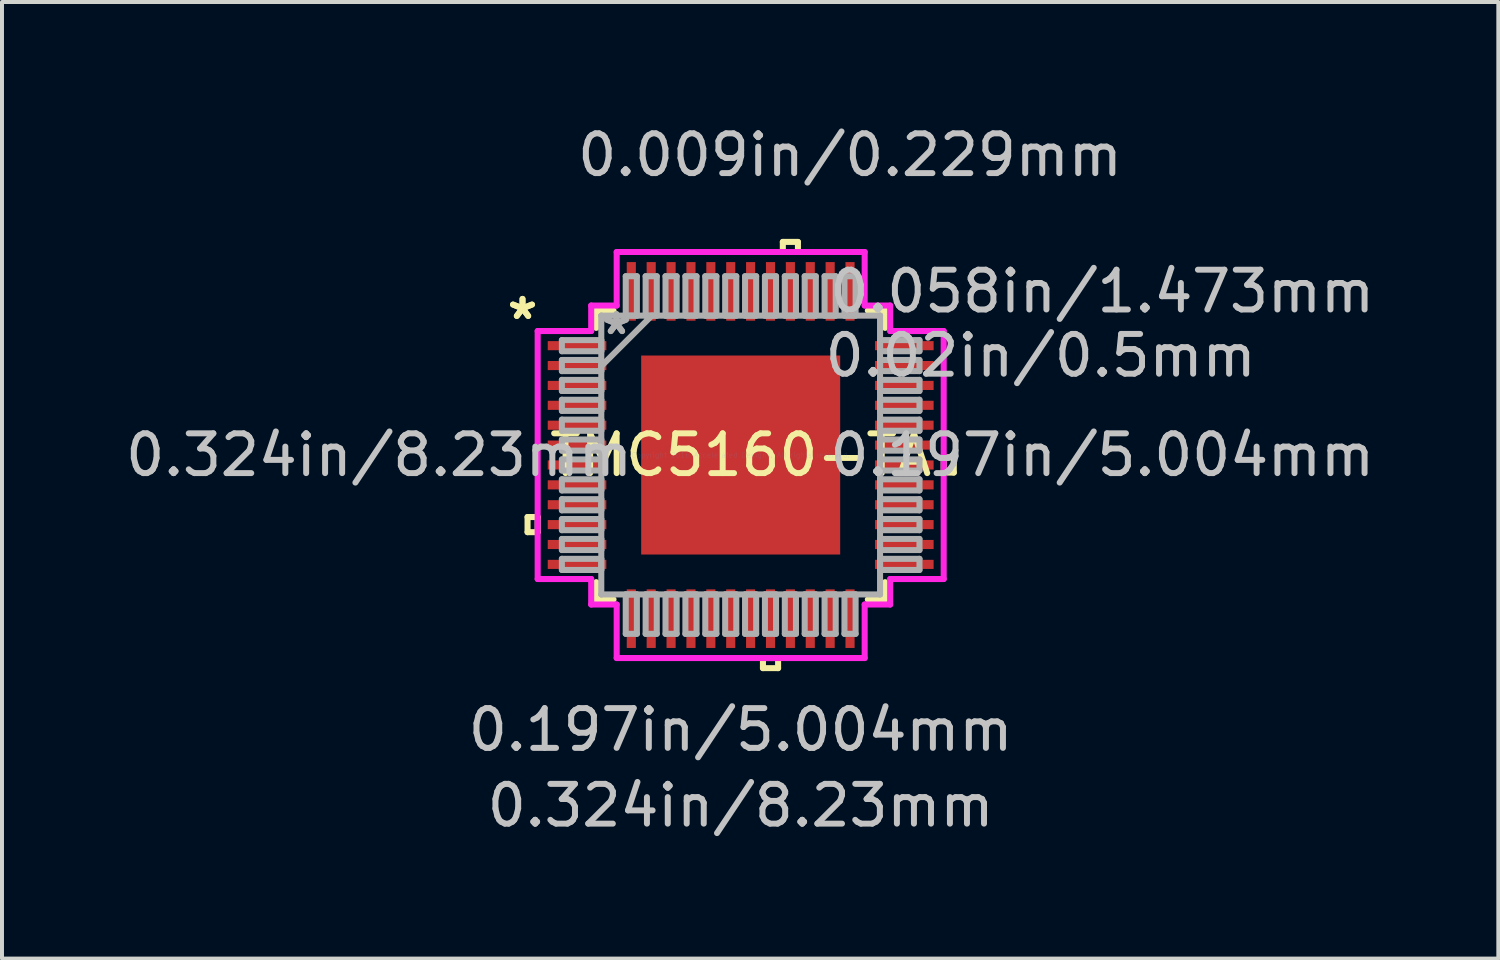
<source format=kicad_pcb>
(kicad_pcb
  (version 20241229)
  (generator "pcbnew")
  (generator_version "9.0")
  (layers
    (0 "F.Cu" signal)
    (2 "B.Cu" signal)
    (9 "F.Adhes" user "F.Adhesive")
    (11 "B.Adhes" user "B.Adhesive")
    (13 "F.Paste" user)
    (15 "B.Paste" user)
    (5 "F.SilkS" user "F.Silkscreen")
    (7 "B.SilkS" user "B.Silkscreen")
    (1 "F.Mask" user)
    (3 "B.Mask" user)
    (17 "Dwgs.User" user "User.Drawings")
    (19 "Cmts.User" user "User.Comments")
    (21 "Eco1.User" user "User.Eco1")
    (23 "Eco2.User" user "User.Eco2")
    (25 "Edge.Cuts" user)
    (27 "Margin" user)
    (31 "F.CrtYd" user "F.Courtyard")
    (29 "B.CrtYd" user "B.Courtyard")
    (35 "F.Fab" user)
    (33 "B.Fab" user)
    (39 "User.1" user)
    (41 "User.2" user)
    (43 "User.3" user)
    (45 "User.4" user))
  (footprint "TMC5160-TA"
    (layer "F.Cu")
    (at 15.575 8.392)
    (property "Reference" "TMC5160-TA" (at 0 0 0) (layer "F.SilkS") (effects (font (size 1 1) (thickness 0.15))))
    (attr through_hole)
    (fp_line (start -5.359 1.559) (end -5.359 1.94) (stroke (width 0.152) (type solid)) (layer "F.SilkS"))
    (fp_line (start -5.359 1.94) (end -5.105 1.94) (stroke (width 0.152) (type solid)) (layer "F.SilkS"))
    (fp_line (start -5.105 1.559) (end -5.359 1.559) (stroke (width 0.152) (type solid)) (layer "F.SilkS"))
    (fp_line (start -5.105 1.94) (end -5.105 1.559) (stroke (width 0.152) (type solid)) (layer "F.SilkS"))
    (fp_line (start -3.632 -3.632) (end -3.632 -3.197) (stroke (width 0.152) (type solid)) (layer "F.SilkS"))
    (fp_line (start -3.632 3.197) (end -3.632 3.632) (stroke (width 0.152) (type solid)) (layer "F.SilkS"))
    (fp_line (start -3.632 3.632) (end -3.197 3.632) (stroke (width 0.152) (type solid)) (layer "F.SilkS"))
    (fp_line (start -3.197 -3.632) (end -3.632 -3.632) (stroke (width 0.152) (type solid)) (layer "F.SilkS"))
    (fp_line (start 0.56 5.105) (end 0.56 5.359) (stroke (width 0.152) (type solid)) (layer "F.SilkS"))
    (fp_line (start 0.56 5.359) (end 0.941 5.359) (stroke (width 0.152) (type solid)) (layer "F.SilkS"))
    (fp_line (start 0.941 5.105) (end 0.56 5.105) (stroke (width 0.152) (type solid)) (layer "F.SilkS"))
    (fp_line (start 0.941 5.359) (end 0.941 5.105) (stroke (width 0.152) (type solid)) (layer "F.SilkS"))
    (fp_line (start 1.06 -5.359) (end 1.44 -5.359) (stroke (width 0.152) (type solid)) (layer "F.SilkS"))
    (fp_line (start 1.06 -5.105) (end 1.06 -5.359) (stroke (width 0.152) (type solid)) (layer "F.SilkS"))
    (fp_line (start 1.44 -5.359) (end 1.44 -5.105) (stroke (width 0.152) (type solid)) (layer "F.SilkS"))
    (fp_line (start 1.44 -5.105) (end 1.06 -5.105) (stroke (width 0.152) (type solid)) (layer "F.SilkS"))
    (fp_line (start 3.197 3.632) (end 3.632 3.632) (stroke (width 0.152) (type solid)) (layer "F.SilkS"))
    (fp_line (start 3.632 -3.632) (end 3.197 -3.632) (stroke (width 0.152) (type solid)) (layer "F.SilkS"))
    (fp_line (start 3.632 -3.197) (end 3.632 -3.632) (stroke (width 0.152) (type solid)) (layer "F.SilkS"))
    (fp_line (start 3.632 3.632) (end 3.632 3.197) (stroke (width 0.152) (type solid)) (layer "F.SilkS"))
    (fp_line (start 5.105 0.059) (end 5.359 0.059) (stroke (width 0.152) (type solid)) (layer "F.SilkS"))
    (fp_line (start 5.105 0.441) (end 5.105 0.059) (stroke (width 0.152) (type solid)) (layer "F.SilkS"))
    (fp_line (start 5.359 0.059) (end 5.359 0.441) (stroke (width 0.152) (type solid)) (layer "F.SilkS"))
    (fp_line (start 5.359 0.441) (end 5.105 0.441) (stroke (width 0.152) (type solid)) (layer "F.SilkS"))
    (fp_line (start -2.402 -2.402) (end -2.402 -0.934) (stroke (width 0.152) (type solid)) (layer "F.Paste"))
    (fp_line (start -2.402 -0.934) (end -0.934 -0.934) (stroke (width 0.152) (type solid)) (layer "F.Paste"))
    (fp_line (start -2.402 -0.734) (end -2.402 0.734) (stroke (width 0.152) (type solid)) (layer "F.Paste"))
    (fp_line (start -2.402 0.734) (end -0.934 0.734) (stroke (width 0.152) (type solid)) (layer "F.Paste"))
    (fp_line (start -2.402 0.934) (end -2.402 2.402) (stroke (width 0.152) (type solid)) (layer "F.Paste"))
    (fp_line (start -2.402 2.402) (end -0.934 2.402) (stroke (width 0.152) (type solid)) (layer "F.Paste"))
    (fp_line (start -0.934 -2.402) (end -2.402 -2.402) (stroke (width 0.152) (type solid)) (layer "F.Paste"))
    (fp_line (start -0.934 -0.934) (end -0.934 -2.402) (stroke (width 0.152) (type solid)) (layer "F.Paste"))
    (fp_line (start -0.934 -0.734) (end -2.402 -0.734) (stroke (width 0.152) (type solid)) (layer "F.Paste"))
    (fp_line (start -0.934 0.734) (end -0.934 -0.734) (stroke (width 0.152) (type solid)) (layer "F.Paste"))
    (fp_line (start -0.934 0.934) (end -2.402 0.934) (stroke (width 0.152) (type solid)) (layer "F.Paste"))
    (fp_line (start -0.934 2.402) (end -0.934 0.934) (stroke (width 0.152) (type solid)) (layer "F.Paste"))
    (fp_line (start -0.734 -2.402) (end -0.734 -0.934) (stroke (width 0.152) (type solid)) (layer "F.Paste"))
    (fp_line (start -0.734 -0.934) (end 0.734 -0.934) (stroke (width 0.152) (type solid)) (layer "F.Paste"))
    (fp_line (start -0.734 -0.734) (end -0.734 0.734) (stroke (width 0.152) (type solid)) (layer "F.Paste"))
    (fp_line (start -0.734 0.734) (end 0.734 0.734) (stroke (width 0.152) (type solid)) (layer "F.Paste"))
    (fp_line (start -0.734 0.934) (end -0.734 2.402) (stroke (width 0.152) (type solid)) (layer "F.Paste"))
    (fp_line (start -0.734 2.402) (end 0.734 2.402) (stroke (width 0.152) (type solid)) (layer "F.Paste"))
    (fp_line (start 0.734 -2.402) (end -0.734 -2.402) (stroke (width 0.152) (type solid)) (layer "F.Paste"))
    (fp_line (start 0.734 -0.934) (end 0.734 -2.402) (stroke (width 0.152) (type solid)) (layer "F.Paste"))
    (fp_line (start 0.734 -0.734) (end -0.734 -0.734) (stroke (width 0.152) (type solid)) (layer "F.Paste"))
    (fp_line (start 0.734 0.734) (end 0.734 -0.734) (stroke (width 0.152) (type solid)) (layer "F.Paste"))
    (fp_line (start 0.734 0.934) (end -0.734 0.934) (stroke (width 0.152) (type solid)) (layer "F.Paste"))
    (fp_line (start 0.734 2.402) (end 0.734 0.934) (stroke (width 0.152) (type solid)) (layer "F.Paste"))
    (fp_line (start 0.934 -2.402) (end 0.934 -0.934) (stroke (width 0.152) (type solid)) (layer "F.Paste"))
    (fp_line (start 0.934 -0.934) (end 2.402 -0.934) (stroke (width 0.152) (type solid)) (layer "F.Paste"))
    (fp_line (start 0.934 -0.734) (end 0.934 0.734) (stroke (width 0.152) (type solid)) (layer "F.Paste"))
    (fp_line (start 0.934 0.734) (end 2.402 0.734) (stroke (width 0.152) (type solid)) (layer "F.Paste"))
    (fp_line (start 0.934 0.934) (end 0.934 2.402) (stroke (width 0.152) (type solid)) (layer "F.Paste"))
    (fp_line (start 0.934 2.402) (end 2.402 2.402) (stroke (width 0.152) (type solid)) (layer "F.Paste"))
    (fp_line (start 2.402 -2.402) (end 0.934 -2.402) (stroke (width 0.152) (type solid)) (layer "F.Paste"))
    (fp_line (start 2.402 -0.934) (end 2.402 -2.402) (stroke (width 0.152) (type solid)) (layer "F.Paste"))
    (fp_line (start 2.402 -0.734) (end 0.934 -0.734) (stroke (width 0.152) (type solid)) (layer "F.Paste"))
    (fp_line (start 2.402 0.734) (end 2.402 -0.734) (stroke (width 0.152) (type solid)) (layer "F.Paste"))
    (fp_line (start 2.402 0.934) (end 0.934 0.934) (stroke (width 0.152) (type solid)) (layer "F.Paste"))
    (fp_line (start 2.402 2.402) (end 2.402 0.934) (stroke (width 0.152) (type solid)) (layer "F.Paste"))
    (fp_line (start -5.105 -3.118) (end -3.759 -3.118) (stroke (width 0.152) (type solid)) (layer "F.CrtYd"))
    (fp_line (start -5.105 3.118) (end -5.105 -3.118) (stroke (width 0.152) (type solid)) (layer "F.CrtYd"))
    (fp_line (start -3.759 -3.759) (end -3.118 -3.759) (stroke (width 0.152) (type solid)) (layer "F.CrtYd"))
    (fp_line (start -3.759 -3.118) (end -3.759 -3.759) (stroke (width 0.152) (type solid)) (layer "F.CrtYd"))
    (fp_line (start -3.759 3.118) (end -5.105 3.118) (stroke (width 0.152) (type solid)) (layer "F.CrtYd"))
    (fp_line (start -3.759 3.759) (end -3.759 3.118) (stroke (width 0.152) (type solid)) (layer "F.CrtYd"))
    (fp_line (start -3.118 -5.105) (end 3.118 -5.105) (stroke (width 0.152) (type solid)) (layer "F.CrtYd"))
    (fp_line (start -3.118 -3.759) (end -3.118 -5.105) (stroke (width 0.152) (type solid)) (layer "F.CrtYd"))
    (fp_line (start -3.118 3.759) (end -3.759 3.759) (stroke (width 0.152) (type solid)) (layer "F.CrtYd"))
    (fp_line (start -3.118 5.105) (end -3.118 3.759) (stroke (width 0.152) (type solid)) (layer "F.CrtYd"))
    (fp_line (start 3.118 -5.105) (end 3.118 -3.759) (stroke (width 0.152) (type solid)) (layer "F.CrtYd"))
    (fp_line (start 3.118 -3.759) (end 3.759 -3.759) (stroke (width 0.152) (type solid)) (layer "F.CrtYd"))
    (fp_line (start 3.118 3.759) (end 3.118 5.105) (stroke (width 0.152) (type solid)) (layer "F.CrtYd"))
    (fp_line (start 3.118 5.105) (end -3.118 5.105) (stroke (width 0.152) (type solid)) (layer "F.CrtYd"))
    (fp_line (start 3.759 -3.759) (end 3.759 -3.118) (stroke (width 0.152) (type solid)) (layer "F.CrtYd"))
    (fp_line (start 3.759 -3.118) (end 5.105 -3.118) (stroke (width 0.152) (type solid)) (layer "F.CrtYd"))
    (fp_line (start 3.759 3.118) (end 3.759 3.759) (stroke (width 0.152) (type solid)) (layer "F.CrtYd"))
    (fp_line (start 3.759 3.759) (end 3.118 3.759) (stroke (width 0.152) (type solid)) (layer "F.CrtYd"))
    (fp_line (start 5.105 -3.118) (end 5.105 3.118) (stroke (width 0.152) (type solid)) (layer "F.CrtYd"))
    (fp_line (start 5.105 3.118) (end 3.759 3.118) (stroke (width 0.152) (type solid)) (layer "F.CrtYd"))
    (fp_line (start -4.496 -2.89) (end -4.496 -2.61) (stroke (width 0.152) (type solid)) (layer "F.Fab"))
    (fp_line (start -4.496 -2.61) (end -3.505 -2.61) (stroke (width 0.152) (type solid)) (layer "F.Fab"))
    (fp_line (start -4.496 -2.39) (end -4.496 -2.11) (stroke (width 0.152) (type solid)) (layer "F.Fab"))
    (fp_line (start -4.496 -2.11) (end -3.505 -2.11) (stroke (width 0.152) (type solid)) (layer "F.Fab"))
    (fp_line (start -4.496 -1.89) (end -4.496 -1.61) (stroke (width 0.152) (type solid)) (layer "F.Fab"))
    (fp_line (start -4.496 -1.61) (end -3.505 -1.61) (stroke (width 0.152) (type solid)) (layer "F.Fab"))
    (fp_line (start -4.496 -1.39) (end -4.496 -1.11) (stroke (width 0.152) (type solid)) (layer "F.Fab"))
    (fp_line (start -4.496 -1.11) (end -3.505 -1.11) (stroke (width 0.152) (type solid)) (layer "F.Fab"))
    (fp_line (start -4.496 -0.89) (end -4.496 -0.61) (stroke (width 0.152) (type solid)) (layer "F.Fab"))
    (fp_line (start -4.496 -0.61) (end -3.505 -0.61) (stroke (width 0.152) (type solid)) (layer "F.Fab"))
    (fp_line (start -4.496 -0.39) (end -4.496 -0.11) (stroke (width 0.152) (type solid)) (layer "F.Fab"))
    (fp_line (start -4.496 -0.11) (end -3.505 -0.11) (stroke (width 0.152) (type solid)) (layer "F.Fab"))
    (fp_line (start -4.496 0.11) (end -4.496 0.39) (stroke (width 0.152) (type solid)) (layer "F.Fab"))
    (fp_line (start -4.496 0.39) (end -3.505 0.39) (stroke (width 0.152) (type solid)) (layer "F.Fab"))
    (fp_line (start -4.496 0.61) (end -4.496 0.89) (stroke (width 0.152) (type solid)) (layer "F.Fab"))
    (fp_line (start -4.496 0.89) (end -3.505 0.89) (stroke (width 0.152) (type solid)) (layer "F.Fab"))
    (fp_line (start -4.496 1.11) (end -4.496 1.39) (stroke (width 0.152) (type solid)) (layer "F.Fab"))
    (fp_line (start -4.496 1.39) (end -3.505 1.39) (stroke (width 0.152) (type solid)) (layer "F.Fab"))
    (fp_line (start -4.496 1.61) (end -4.496 1.89) (stroke (width 0.152) (type solid)) (layer "F.Fab"))
    (fp_line (start -4.496 1.89) (end -3.505 1.89) (stroke (width 0.152) (type solid)) (layer "F.Fab"))
    (fp_line (start -4.496 2.11) (end -4.496 2.39) (stroke (width 0.152) (type solid)) (layer "F.Fab"))
    (fp_line (start -4.496 2.39) (end -3.505 2.39) (stroke (width 0.152) (type solid)) (layer "F.Fab"))
    (fp_line (start -4.496 2.61) (end -4.496 2.89) (stroke (width 0.152) (type solid)) (layer "F.Fab"))
    (fp_line (start -4.496 2.89) (end -3.505 2.89) (stroke (width 0.152) (type solid)) (layer "F.Fab"))
    (fp_line (start -3.505 -3.505) (end -3.505 -3.505) (stroke (width 0.152) (type solid)) (layer "F.Fab"))
    (fp_line (start -3.505 -3.505) (end -3.505 3.505) (stroke (width 0.152) (type solid)) (layer "F.Fab"))
    (fp_line (start -3.505 -2.89) (end -4.496 -2.89) (stroke (width 0.152) (type solid)) (layer "F.Fab"))
    (fp_line (start -3.505 -2.61) (end -3.505 -2.89) (stroke (width 0.152) (type solid)) (layer "F.Fab"))
    (fp_line (start -3.505 -2.39) (end -4.496 -2.39) (stroke (width 0.152) (type solid)) (layer "F.Fab"))
    (fp_line (start -3.505 -2.235) (end -2.235 -3.505) (stroke (width 0.152) (type solid)) (layer "F.Fab"))
    (fp_line (start -3.505 -2.11) (end -3.505 -2.39) (stroke (width 0.152) (type solid)) (layer "F.Fab"))
    (fp_line (start -3.505 -1.89) (end -4.496 -1.89) (stroke (width 0.152) (type solid)) (layer "F.Fab"))
    (fp_line (start -3.505 -1.61) (end -3.505 -1.89) (stroke (width 0.152) (type solid)) (layer "F.Fab"))
    (fp_line (start -3.505 -1.39) (end -4.496 -1.39) (stroke (width 0.152) (type solid)) (layer "F.Fab"))
    (fp_line (start -3.505 -1.11) (end -3.505 -1.39) (stroke (width 0.152) (type solid)) (layer "F.Fab"))
    (fp_line (start -3.505 -0.89) (end -4.496 -0.89) (stroke (width 0.152) (type solid)) (layer "F.Fab"))
    (fp_line (start -3.505 -0.61) (end -3.505 -0.89) (stroke (width 0.152) (type solid)) (layer "F.Fab"))
    (fp_line (start -3.505 -0.39) (end -4.496 -0.39) (stroke (width 0.152) (type solid)) (layer "F.Fab"))
    (fp_line (start -3.505 -0.11) (end -3.505 -0.39) (stroke (width 0.152) (type solid)) (layer "F.Fab"))
    (fp_line (start -3.505 0.11) (end -4.496 0.11) (stroke (width 0.152) (type solid)) (layer "F.Fab"))
    (fp_line (start -3.505 0.39) (end -3.505 0.11) (stroke (width 0.152) (type solid)) (layer "F.Fab"))
    (fp_line (start -3.505 0.61) (end -4.496 0.61) (stroke (width 0.152) (type solid)) (layer "F.Fab"))
    (fp_line (start -3.505 0.89) (end -3.505 0.61) (stroke (width 0.152) (type solid)) (layer "F.Fab"))
    (fp_line (start -3.505 1.11) (end -4.496 1.11) (stroke (width 0.152) (type solid)) (layer "F.Fab"))
    (fp_line (start -3.505 1.39) (end -3.505 1.11) (stroke (width 0.152) (type solid)) (layer "F.Fab"))
    (fp_line (start -3.505 1.61) (end -4.496 1.61) (stroke (width 0.152) (type solid)) (layer "F.Fab"))
    (fp_line (start -3.505 1.89) (end -3.505 1.61) (stroke (width 0.152) (type solid)) (layer "F.Fab"))
    (fp_line (start -3.505 2.11) (end -4.496 2.11) (stroke (width 0.152) (type solid)) (layer "F.Fab"))
    (fp_line (start -3.505 2.39) (end -3.505 2.11) (stroke (width 0.152) (type solid)) (layer "F.Fab"))
    (fp_line (start -3.505 2.61) (end -4.496 2.61) (stroke (width 0.152) (type solid)) (layer "F.Fab"))
    (fp_line (start -3.505 2.89) (end -3.505 2.61) (stroke (width 0.152) (type solid)) (layer "F.Fab"))
    (fp_line (start -3.505 3.505) (end -3.505 3.505) (stroke (width 0.152) (type solid)) (layer "F.Fab"))
    (fp_line (start -3.505 3.505) (end 3.505 3.505) (stroke (width 0.152) (type solid)) (layer "F.Fab"))
    (fp_line (start -2.89 -4.496) (end -2.89 -3.505) (stroke (width 0.152) (type solid)) (layer "F.Fab"))
    (fp_line (start -2.89 -3.505) (end -2.61 -3.505) (stroke (width 0.152) (type solid)) (layer "F.Fab"))
    (fp_line (start -2.89 3.505) (end -2.89 4.496) (stroke (width 0.152) (type solid)) (layer "F.Fab"))
    (fp_line (start -2.89 4.496) (end -2.61 4.496) (stroke (width 0.152) (type solid)) (layer "F.Fab"))
    (fp_line (start -2.61 -4.496) (end -2.89 -4.496) (stroke (width 0.152) (type solid)) (layer "F.Fab"))
    (fp_line (start -2.61 -3.505) (end -2.61 -4.496) (stroke (width 0.152) (type solid)) (layer "F.Fab"))
    (fp_line (start -2.61 3.505) (end -2.89 3.505) (stroke (width 0.152) (type solid)) (layer "F.Fab"))
    (fp_line (start -2.61 4.496) (end -2.61 3.505) (stroke (width 0.152) (type solid)) (layer "F.Fab"))
    (fp_line (start -2.39 -4.496) (end -2.39 -3.505) (stroke (width 0.152) (type solid)) (layer "F.Fab"))
    (fp_line (start -2.39 -3.505) (end -2.11 -3.505) (stroke (width 0.152) (type solid)) (layer "F.Fab"))
    (fp_line (start -2.39 3.505) (end -2.39 4.496) (stroke (width 0.152) (type solid)) (layer "F.Fab"))
    (fp_line (start -2.39 4.496) (end -2.11 4.496) (stroke (width 0.152) (type solid)) (layer "F.Fab"))
    (fp_line (start -2.11 -4.496) (end -2.39 -4.496) (stroke (width 0.152) (type solid)) (layer "F.Fab"))
    (fp_line (start -2.11 -3.505) (end -2.11 -4.496) (stroke (width 0.152) (type solid)) (layer "F.Fab"))
    (fp_line (start -2.11 3.505) (end -2.39 3.505) (stroke (width 0.152) (type solid)) (layer "F.Fab"))
    (fp_line (start -2.11 4.496) (end -2.11 3.505) (stroke (width 0.152) (type solid)) (layer "F.Fab"))
    (fp_line (start -1.89 -4.496) (end -1.89 -3.505) (stroke (width 0.152) (type solid)) (layer "F.Fab"))
    (fp_line (start -1.89 -3.505) (end -1.61 -3.505) (stroke (width 0.152) (type solid)) (layer "F.Fab"))
    (fp_line (start -1.89 3.505) (end -1.89 4.496) (stroke (width 0.152) (type solid)) (layer "F.Fab"))
    (fp_line (start -1.89 4.496) (end -1.61 4.496) (stroke (width 0.152) (type solid)) (layer "F.Fab"))
    (fp_line (start -1.61 -4.496) (end -1.89 -4.496) (stroke (width 0.152) (type solid)) (layer "F.Fab"))
    (fp_line (start -1.61 -3.505) (end -1.61 -4.496) (stroke (width 0.152) (type solid)) (layer "F.Fab"))
    (fp_line (start -1.61 3.505) (end -1.89 3.505) (stroke (width 0.152) (type solid)) (layer "F.Fab"))
    (fp_line (start -1.61 4.496) (end -1.61 3.505) (stroke (width 0.152) (type solid)) (layer "F.Fab"))
    (fp_line (start -1.39 -4.496) (end -1.39 -3.505) (stroke (width 0.152) (type solid)) (layer "F.Fab"))
    (fp_line (start -1.39 -3.505) (end -1.11 -3.505) (stroke (width 0.152) (type solid)) (layer "F.Fab"))
    (fp_line (start -1.39 3.505) (end -1.39 4.496) (stroke (width 0.152) (type solid)) (layer "F.Fab"))
    (fp_line (start -1.39 4.496) (end -1.11 4.496) (stroke (width 0.152) (type solid)) (layer "F.Fab"))
    (fp_line (start -1.11 -4.496) (end -1.39 -4.496) (stroke (width 0.152) (type solid)) (layer "F.Fab"))
    (fp_line (start -1.11 -3.505) (end -1.11 -4.496) (stroke (width 0.152) (type solid)) (layer "F.Fab"))
    (fp_line (start -1.11 3.505) (end -1.39 3.505) (stroke (width 0.152) (type solid)) (layer "F.Fab"))
    (fp_line (start -1.11 4.496) (end -1.11 3.505) (stroke (width 0.152) (type solid)) (layer "F.Fab"))
    (fp_line (start -0.89 -4.496) (end -0.89 -3.505) (stroke (width 0.152) (type solid)) (layer "F.Fab"))
    (fp_line (start -0.89 -3.505) (end -0.61 -3.505) (stroke (width 0.152) (type solid)) (layer "F.Fab"))
    (fp_line (start -0.89 3.505) (end -0.89 4.496) (stroke (width 0.152) (type solid)) (layer "F.Fab"))
    (fp_line (start -0.89 4.496) (end -0.61 4.496) (stroke (width 0.152) (type solid)) (layer "F.Fab"))
    (fp_line (start -0.61 -4.496) (end -0.89 -4.496) (stroke (width 0.152) (type solid)) (layer "F.Fab"))
    (fp_line (start -0.61 -3.505) (end -0.61 -4.496) (stroke (width 0.152) (type solid)) (layer "F.Fab"))
    (fp_line (start -0.61 3.505) (end -0.89 3.505) (stroke (width 0.152) (type solid)) (layer "F.Fab"))
    (fp_line (start -0.61 4.496) (end -0.61 3.505) (stroke (width 0.152) (type solid)) (layer "F.Fab"))
    (fp_line (start -0.39 -4.496) (end -0.39 -3.505) (stroke (width 0.152) (type solid)) (layer "F.Fab"))
    (fp_line (start -0.39 -3.505) (end -0.11 -3.505) (stroke (width 0.152) (type solid)) (layer "F.Fab"))
    (fp_line (start -0.39 3.505) (end -0.39 4.496) (stroke (width 0.152) (type solid)) (layer "F.Fab"))
    (fp_line (start -0.39 4.496) (end -0.11 4.496) (stroke (width 0.152) (type solid)) (layer "F.Fab"))
    (fp_line (start -0.11 -4.496) (end -0.39 -4.496) (stroke (width 0.152) (type solid)) (layer "F.Fab"))
    (fp_line (start -0.11 -3.505) (end -0.11 -4.496) (stroke (width 0.152) (type solid)) (layer "F.Fab"))
    (fp_line (start -0.11 3.505) (end -0.39 3.505) (stroke (width 0.152) (type solid)) (layer "F.Fab"))
    (fp_line (start -0.11 4.496) (end -0.11 3.505) (stroke (width 0.152) (type solid)) (layer "F.Fab"))
    (fp_line (start 0.11 -4.496) (end 0.11 -3.505) (stroke (width 0.152) (type solid)) (layer "F.Fab"))
    (fp_line (start 0.11 -3.505) (end 0.39 -3.505) (stroke (width 0.152) (type solid)) (layer "F.Fab"))
    (fp_line (start 0.11 3.505) (end 0.11 4.496) (stroke (width 0.152) (type solid)) (layer "F.Fab"))
    (fp_line (start 0.11 4.496) (end 0.39 4.496) (stroke (width 0.152) (type solid)) (layer "F.Fab"))
    (fp_line (start 0.39 -4.496) (end 0.11 -4.496) (stroke (width 0.152) (type solid)) (layer "F.Fab"))
    (fp_line (start 0.39 -3.505) (end 0.39 -4.496) (stroke (width 0.152) (type solid)) (layer "F.Fab"))
    (fp_line (start 0.39 3.505) (end 0.11 3.505) (stroke (width 0.152) (type solid)) (layer "F.Fab"))
    (fp_line (start 0.39 4.496) (end 0.39 3.505) (stroke (width 0.152) (type solid)) (layer "F.Fab"))
    (fp_line (start 0.61 -4.496) (end 0.61 -3.505) (stroke (width 0.152) (type solid)) (layer "F.Fab"))
    (fp_line (start 0.61 -3.505) (end 0.89 -3.505) (stroke (width 0.152) (type solid)) (layer "F.Fab"))
    (fp_line (start 0.61 3.505) (end 0.61 4.496) (stroke (width 0.152) (type solid)) (layer "F.Fab"))
    (fp_line (start 0.61 4.496) (end 0.89 4.496) (stroke (width 0.152) (type solid)) (layer "F.Fab"))
    (fp_line (start 0.89 -4.496) (end 0.61 -4.496) (stroke (width 0.152) (type solid)) (layer "F.Fab"))
    (fp_line (start 0.89 -3.505) (end 0.89 -4.496) (stroke (width 0.152) (type solid)) (layer "F.Fab"))
    (fp_line (start 0.89 3.505) (end 0.61 3.505) (stroke (width 0.152) (type solid)) (layer "F.Fab"))
    (fp_line (start 0.89 4.496) (end 0.89 3.505) (stroke (width 0.152) (type solid)) (layer "F.Fab"))
    (fp_line (start 1.11 -4.496) (end 1.11 -3.505) (stroke (width 0.152) (type solid)) (layer "F.Fab"))
    (fp_line (start 1.11 -3.505) (end 1.39 -3.505) (stroke (width 0.152) (type solid)) (layer "F.Fab"))
    (fp_line (start 1.11 3.505) (end 1.11 4.496) (stroke (width 0.152) (type solid)) (layer "F.Fab"))
    (fp_line (start 1.11 4.496) (end 1.39 4.496) (stroke (width 0.152) (type solid)) (layer "F.Fab"))
    (fp_line (start 1.39 -4.496) (end 1.11 -4.496) (stroke (width 0.152) (type solid)) (layer "F.Fab"))
    (fp_line (start 1.39 -3.505) (end 1.39 -4.496) (stroke (width 0.152) (type solid)) (layer "F.Fab"))
    (fp_line (start 1.39 3.505) (end 1.11 3.505) (stroke (width 0.152) (type solid)) (layer "F.Fab"))
    (fp_line (start 1.39 4.496) (end 1.39 3.505) (stroke (width 0.152) (type solid)) (layer "F.Fab"))
    (fp_line (start 1.61 -4.496) (end 1.61 -3.505) (stroke (width 0.152) (type solid)) (layer "F.Fab"))
    (fp_line (start 1.61 -3.505) (end 1.89 -3.505) (stroke (width 0.152) (type solid)) (layer "F.Fab"))
    (fp_line (start 1.61 3.505) (end 1.61 4.496) (stroke (width 0.152) (type solid)) (layer "F.Fab"))
    (fp_line (start 1.61 4.496) (end 1.89 4.496) (stroke (width 0.152) (type solid)) (layer "F.Fab"))
    (fp_line (start 1.89 -4.496) (end 1.61 -4.496) (stroke (width 0.152) (type solid)) (layer "F.Fab"))
    (fp_line (start 1.89 -3.505) (end 1.89 -4.496) (stroke (width 0.152) (type solid)) (layer "F.Fab"))
    (fp_line (start 1.89 3.505) (end 1.61 3.505) (stroke (width 0.152) (type solid)) (layer "F.Fab"))
    (fp_line (start 1.89 4.496) (end 1.89 3.505) (stroke (width 0.152) (type solid)) (layer "F.Fab"))
    (fp_line (start 2.11 -4.496) (end 2.11 -3.505) (stroke (width 0.152) (type solid)) (layer "F.Fab"))
    (fp_line (start 2.11 -3.505) (end 2.39 -3.505) (stroke (width 0.152) (type solid)) (layer "F.Fab"))
    (fp_line (start 2.11 3.505) (end 2.11 4.496) (stroke (width 0.152) (type solid)) (layer "F.Fab"))
    (fp_line (start 2.11 4.496) (end 2.39 4.496) (stroke (width 0.152) (type solid)) (layer "F.Fab"))
    (fp_line (start 2.39 -4.496) (end 2.11 -4.496) (stroke (width 0.152) (type solid)) (layer "F.Fab"))
    (fp_line (start 2.39 -3.505) (end 2.39 -4.496) (stroke (width 0.152) (type solid)) (layer "F.Fab"))
    (fp_line (start 2.39 3.505) (end 2.11 3.505) (stroke (width 0.152) (type solid)) (layer "F.Fab"))
    (fp_line (start 2.39 4.496) (end 2.39 3.505) (stroke (width 0.152) (type solid)) (layer "F.Fab"))
    (fp_line (start 2.61 -4.496) (end 2.61 -3.505) (stroke (width 0.152) (type solid)) (layer "F.Fab"))
    (fp_line (start 2.61 -3.505) (end 2.89 -3.505) (stroke (width 0.152) (type solid)) (layer "F.Fab"))
    (fp_line (start 2.61 3.505) (end 2.61 4.496) (stroke (width 0.152) (type solid)) (layer "F.Fab"))
    (fp_line (start 2.61 4.496) (end 2.89 4.496) (stroke (width 0.152) (type solid)) (layer "F.Fab"))
    (fp_line (start 2.89 -4.496) (end 2.61 -4.496) (stroke (width 0.152) (type solid)) (layer "F.Fab"))
    (fp_line (start 2.89 -3.505) (end 2.89 -4.496) (stroke (width 0.152) (type solid)) (layer "F.Fab"))
    (fp_line (start 2.89 3.505) (end 2.61 3.505) (stroke (width 0.152) (type solid)) (layer "F.Fab"))
    (fp_line (start 2.89 4.496) (end 2.89 3.505) (stroke (width 0.152) (type solid)) (layer "F.Fab"))
    (fp_line (start 3.505 -3.505) (end -3.505 -3.505) (stroke (width 0.152) (type solid)) (layer "F.Fab"))
    (fp_line (start 3.505 -3.505) (end 3.505 -3.505) (stroke (width 0.152) (type solid)) (layer "F.Fab"))
    (fp_line (start 3.505 -2.89) (end 3.505 -2.61) (stroke (width 0.152) (type solid)) (layer "F.Fab"))
    (fp_line (start 3.505 -2.61) (end 4.496 -2.61) (stroke (width 0.152) (type solid)) (layer "F.Fab"))
    (fp_line (start 3.505 -2.39) (end 3.505 -2.11) (stroke (width 0.152) (type solid)) (layer "F.Fab"))
    (fp_line (start 3.505 -2.11) (end 4.496 -2.11) (stroke (width 0.152) (type solid)) (layer "F.Fab"))
    (fp_line (start 3.505 -1.89) (end 3.505 -1.61) (stroke (width 0.152) (type solid)) (layer "F.Fab"))
    (fp_line (start 3.505 -1.61) (end 4.496 -1.61) (stroke (width 0.152) (type solid)) (layer "F.Fab"))
    (fp_line (start 3.505 -1.39) (end 3.505 -1.11) (stroke (width 0.152) (type solid)) (layer "F.Fab"))
    (fp_line (start 3.505 -1.11) (end 4.496 -1.11) (stroke (width 0.152) (type solid)) (layer "F.Fab"))
    (fp_line (start 3.505 -0.89) (end 3.505 -0.61) (stroke (width 0.152) (type solid)) (layer "F.Fab"))
    (fp_line (start 3.505 -0.61) (end 4.496 -0.61) (stroke (width 0.152) (type solid)) (layer "F.Fab"))
    (fp_line (start 3.505 -0.39) (end 3.505 -0.11) (stroke (width 0.152) (type solid)) (layer "F.Fab"))
    (fp_line (start 3.505 -0.11) (end 4.496 -0.11) (stroke (width 0.152) (type solid)) (layer "F.Fab"))
    (fp_line (start 3.505 0.11) (end 3.505 0.39) (stroke (width 0.152) (type solid)) (layer "F.Fab"))
    (fp_line (start 3.505 0.39) (end 4.496 0.39) (stroke (width 0.152) (type solid)) (layer "F.Fab"))
    (fp_line (start 3.505 0.61) (end 3.505 0.89) (stroke (width 0.152) (type solid)) (layer "F.Fab"))
    (fp_line (start 3.505 0.89) (end 4.496 0.89) (stroke (width 0.152) (type solid)) (layer "F.Fab"))
    (fp_line (start 3.505 1.11) (end 3.505 1.39) (stroke (width 0.152) (type solid)) (layer "F.Fab"))
    (fp_line (start 3.505 1.39) (end 4.496 1.39) (stroke (width 0.152) (type solid)) (layer "F.Fab"))
    (fp_line (start 3.505 1.61) (end 3.505 1.89) (stroke (width 0.152) (type solid)) (layer "F.Fab"))
    (fp_line (start 3.505 1.89) (end 4.496 1.89) (stroke (width 0.152) (type solid)) (layer "F.Fab"))
    (fp_line (start 3.505 2.11) (end 3.505 2.39) (stroke (width 0.152) (type solid)) (layer "F.Fab"))
    (fp_line (start 3.505 2.39) (end 4.496 2.39) (stroke (width 0.152) (type solid)) (layer "F.Fab"))
    (fp_line (start 3.505 2.61) (end 3.505 2.89) (stroke (width 0.152) (type solid)) (layer "F.Fab"))
    (fp_line (start 3.505 2.89) (end 4.496 2.89) (stroke (width 0.152) (type solid)) (layer "F.Fab"))
    (fp_line (start 3.505 3.505) (end 3.505 -3.505) (stroke (width 0.152) (type solid)) (layer "F.Fab"))
    (fp_line (start 3.505 3.505) (end 3.505 3.505) (stroke (width 0.152) (type solid)) (layer "F.Fab"))
    (fp_line (start 4.496 -2.89) (end 3.505 -2.89) (stroke (width 0.152) (type solid)) (layer "F.Fab"))
    (fp_line (start 4.496 -2.61) (end 4.496 -2.89) (stroke (width 0.152) (type solid)) (layer "F.Fab"))
    (fp_line (start 4.496 -2.39) (end 3.505 -2.39) (stroke (width 0.152) (type solid)) (layer "F.Fab"))
    (fp_line (start 4.496 -2.11) (end 4.496 -2.39) (stroke (width 0.152) (type solid)) (layer "F.Fab"))
    (fp_line (start 4.496 -1.89) (end 3.505 -1.89) (stroke (width 0.152) (type solid)) (layer "F.Fab"))
    (fp_line (start 4.496 -1.61) (end 4.496 -1.89) (stroke (width 0.152) (type solid)) (layer "F.Fab"))
    (fp_line (start 4.496 -1.39) (end 3.505 -1.39) (stroke (width 0.152) (type solid)) (layer "F.Fab"))
    (fp_line (start 4.496 -1.11) (end 4.496 -1.39) (stroke (width 0.152) (type solid)) (layer "F.Fab"))
    (fp_line (start 4.496 -0.89) (end 3.505 -0.89) (stroke (width 0.152) (type solid)) (layer "F.Fab"))
    (fp_line (start 4.496 -0.61) (end 4.496 -0.89) (stroke (width 0.152) (type solid)) (layer "F.Fab"))
    (fp_line (start 4.496 -0.39) (end 3.505 -0.39) (stroke (width 0.152) (type solid)) (layer "F.Fab"))
    (fp_line (start 4.496 -0.11) (end 4.496 -0.39) (stroke (width 0.152) (type solid)) (layer "F.Fab"))
    (fp_line (start 4.496 0.11) (end 3.505 0.11) (stroke (width 0.152) (type solid)) (layer "F.Fab"))
    (fp_line (start 4.496 0.39) (end 4.496 0.11) (stroke (width 0.152) (type solid)) (layer "F.Fab"))
    (fp_line (start 4.496 0.61) (end 3.505 0.61) (stroke (width 0.152) (type solid)) (layer "F.Fab"))
    (fp_line (start 4.496 0.89) (end 4.496 0.61) (stroke (width 0.152) (type solid)) (layer "F.Fab"))
    (fp_line (start 4.496 1.11) (end 3.505 1.11) (stroke (width 0.152) (type solid)) (layer "F.Fab"))
    (fp_line (start 4.496 1.39) (end 4.496 1.11) (stroke (width 0.152) (type solid)) (layer "F.Fab"))
    (fp_line (start 4.496 1.61) (end 3.505 1.61) (stroke (width 0.152) (type solid)) (layer "F.Fab"))
    (fp_line (start 4.496 1.89) (end 4.496 1.61) (stroke (width 0.152) (type solid)) (layer "F.Fab"))
    (fp_line (start 4.496 2.11) (end 3.505 2.11) (stroke (width 0.152) (type solid)) (layer "F.Fab"))
    (fp_line (start 4.496 2.39) (end 4.496 2.11) (stroke (width 0.152) (type solid)) (layer "F.Fab"))
    (fp_line (start 4.496 2.61) (end 3.505 2.61) (stroke (width 0.152) (type solid)) (layer "F.Fab"))
    (fp_line (start 4.496 2.89) (end 4.496 2.61) (stroke (width 0.152) (type solid)) (layer "F.Fab"))
    (fp_text user "*" (at -5.486 -3.381 0) (layer "F.SilkS") (effects (font (size 1 1) (thickness 0.15))))
    (fp_text user "*" (at -5.486 -3.381 0) (layer "F.SilkS") (effects (font (size 1 1) (thickness 0.15))))
    (fp_text user "0.324in/8.23mm" (at 0 8.814 0) (layer "Dwgs.User") (effects (font (size 1 1) (thickness 0.15))))
    (fp_text user "0.058in/1.473mm" (at 9.093 -4.115 0) (layer "Dwgs.User") (effects (font (size 1 1) (thickness 0.15))))
    (fp_text user "0.197in/5.004mm" (at 9.093 0 0) (layer "Dwgs.User") (effects (font (size 1 1) (thickness 0.15))))
    (fp_text user "0.02in/0.5mm" (at 7.544 -2.5 0) (layer "Dwgs.User") (effects (font (size 1 1) (thickness 0.15))))
    (fp_text user "0.324in/8.23mm" (at -9.093 0 0) (layer "Dwgs.User") (effects (font (size 1 1) (thickness 0.15))))
    (fp_text user "0.197in/5.004mm" (at 0 6.909 0) (layer "Dwgs.User") (effects (font (size 1 1) (thickness 0.15))))
    (fp_text user "0.009in/0.229mm" (at 2.75 -7.544 0) (layer "Dwgs.User") (effects (font (size 1 1) (thickness 0.15))))
    (fp_text user "Copyright 2016 Accelerated Designs. All rights reserved." (at 0 0 0) (layer "Cmts.User") (effects (font (size 0.127 0.127) (thickness 0.002))))
    (fp_text user "*" (at -3.124 -3 0) (layer "F.Fab") (effects (font (size 1 1) (thickness 0.15))))
    (fp_text user "*" (at -3.124 -3 0) (layer "F.Fab") (effects (font (size 1 1) (thickness 0.15))))
    (pad "1" smd rect (at -4.115 -2.75 90) (size 0.229 1.473) (layers "F.Cu" "F.Mask" "F.Paste"))
    (pad "2" smd rect (at -4.115 -2.25 90) (size 0.229 1.473) (layers "F.Cu" "F.Mask" "F.Paste"))
    (pad "3" smd rect (at -4.115 -1.75 90) (size 0.229 1.473) (layers "F.Cu" "F.Mask" "F.Paste"))
    (pad "4" smd rect (at -4.115 -1.25 90) (size 0.229 1.473) (layers "F.Cu" "F.Mask" "F.Paste"))
    (pad "5" smd rect (at -4.115 -0.75 90) (size 0.229 1.473) (layers "F.Cu" "F.Mask" "F.Paste"))
    (pad "6" smd rect (at -4.115 -0.25 90) (size 0.229 1.473) (layers "F.Cu" "F.Mask" "F.Paste"))
    (pad "7" smd rect (at -4.115 0.25 90) (size 0.229 1.473) (layers "F.Cu" "F.Mask" "F.Paste"))
    (pad "8" smd rect (at -4.115 0.75 90) (size 0.229 1.473) (layers "F.Cu" "F.Mask" "F.Paste"))
    (pad "9" smd rect (at -4.115 1.25 90) (size 0.229 1.473) (layers "F.Cu" "F.Mask" "F.Paste"))
    (pad "10" smd rect (at -4.115 1.75 90) (size 0.229 1.473) (layers "F.Cu" "F.Mask" "F.Paste"))
    (pad "11" smd rect (at -4.115 2.25 90) (size 0.229 1.473) (layers "F.Cu" "F.Mask" "F.Paste"))
    (pad "12" smd rect (at -4.115 2.75 90) (size 0.229 1.473) (layers "F.Cu" "F.Mask" "F.Paste"))
    (pad "13" smd rect (at -2.75 4.115) (size 0.229 1.473) (layers "F.Cu" "F.Mask" "F.Paste"))
    (pad "14" smd rect (at -2.25 4.115) (size 0.229 1.473) (layers "F.Cu" "F.Mask" "F.Paste"))
    (pad "15" smd rect (at -1.75 4.115) (size 0.229 1.473) (layers "F.Cu" "F.Mask" "F.Paste"))
    (pad "16" smd rect (at -1.25 4.115) (size 0.229 1.473) (layers "F.Cu" "F.Mask" "F.Paste"))
    (pad "17" smd rect (at -0.75 4.115) (size 0.229 1.473) (layers "F.Cu" "F.Mask" "F.Paste"))
    (pad "18" smd rect (at -0.25 4.115) (size 0.229 1.473) (layers "F.Cu" "F.Mask" "F.Paste"))
    (pad "19" smd rect (at 0.25 4.115) (size 0.229 1.473) (layers "F.Cu" "F.Mask" "F.Paste"))
    (pad "20" smd rect (at 0.75 4.115) (size 0.229 1.473) (layers "F.Cu" "F.Mask" "F.Paste"))
    (pad "21" smd rect (at 1.25 4.115) (size 0.229 1.473) (layers "F.Cu" "F.Mask" "F.Paste"))
    (pad "22" smd rect (at 1.75 4.115) (size 0.229 1.473) (layers "F.Cu" "F.Mask" "F.Paste"))
    (pad "23" smd rect (at 2.25 4.115) (size 0.229 1.473) (layers "F.Cu" "F.Mask" "F.Paste"))
    (pad "24" smd rect (at 2.75 4.115) (size 0.229 1.473) (layers "F.Cu" "F.Mask" "F.Paste"))
    (pad "25" smd rect (at 4.115 2.75 90) (size 0.229 1.473) (layers "F.Cu" "F.Mask" "F.Paste"))
    (pad "26" smd rect (at 4.115 2.25 90) (size 0.229 1.473) (layers "F.Cu" "F.Mask" "F.Paste"))
    (pad "27" smd rect (at 4.115 1.75 90) (size 0.229 1.473) (layers "F.Cu" "F.Mask" "F.Paste"))
    (pad "28" smd rect (at 4.115 1.25 90) (size 0.229 1.473) (layers "F.Cu" "F.Mask" "F.Paste"))
    (pad "29" smd rect (at 4.115 0.75 90) (size 0.229 1.473) (layers "F.Cu" "F.Mask" "F.Paste"))
    (pad "30" smd rect (at 4.115 0.25 90) (size 0.229 1.473) (layers "F.Cu" "F.Mask" "F.Paste"))
    (pad "31" smd rect (at 4.115 -0.25 90) (size 0.229 1.473) (layers "F.Cu" "F.Mask" "F.Paste"))
    (pad "32" smd rect (at 4.115 -0.75 90) (size 0.229 1.473) (layers "F.Cu" "F.Mask" "F.Paste"))
    (pad "33" smd rect (at 4.115 -1.25 90) (size 0.229 1.473) (layers "F.Cu" "F.Mask" "F.Paste"))
    (pad "34" smd rect (at 4.115 -1.75 90) (size 0.229 1.473) (layers "F.Cu" "F.Mask" "F.Paste"))
    (pad "35" smd rect (at 4.115 -2.25 90) (size 0.229 1.473) (layers "F.Cu" "F.Mask" "F.Paste"))
    (pad "36" smd rect (at 4.115 -2.75 90) (size 0.229 1.473) (layers "F.Cu" "F.Mask" "F.Paste"))
    (pad "37" smd rect (at 2.75 -4.115) (size 0.229 1.473) (layers "F.Cu" "F.Mask" "F.Paste"))
    (pad "38" smd rect (at 2.25 -4.115) (size 0.229 1.473) (layers "F.Cu" "F.Mask" "F.Paste"))
    (pad "39" smd rect (at 1.75 -4.115) (size 0.229 1.473) (layers "F.Cu" "F.Mask" "F.Paste"))
    (pad "40" smd rect (at 1.25 -4.115) (size 0.229 1.473) (layers "F.Cu" "F.Mask" "F.Paste"))
    (pad "41" smd rect (at 0.75 -4.115) (size 0.229 1.473) (layers "F.Cu" "F.Mask" "F.Paste"))
    (pad "42" smd rect (at 0.25 -4.115) (size 0.229 1.473) (layers "F.Cu" "F.Mask" "F.Paste"))
    (pad "43" smd rect (at -0.25 -4.115) (size 0.229 1.473) (layers "F.Cu" "F.Mask" "F.Paste"))
    (pad "44" smd rect (at -0.75 -4.115) (size 0.229 1.473) (layers "F.Cu" "F.Mask" "F.Paste"))
    (pad "45" smd rect (at -1.25 -4.115) (size 0.229 1.473) (layers "F.Cu" "F.Mask" "F.Paste"))
    (pad "46" smd rect (at -1.75 -4.115) (size 0.229 1.473) (layers "F.Cu" "F.Mask" "F.Paste"))
    (pad "47" smd rect (at -2.25 -4.115) (size 0.229 1.473) (layers "F.Cu" "F.Mask" "F.Paste"))
    (pad "48" smd rect (at -2.75 -4.115) (size 0.229 1.473) (layers "F.Cu" "F.Mask" "F.Paste"))
    (pad "EPAD" smd rect (at 0 0) (size 5.004 5.004) (layers "F.Cu" "F.Mask" "F.Paste")))
  (gr_rect
    (start -3 -3)
    (end 34.627 21.054)
    (stroke (width 0.1) (type default))
    (fill no)
    (layer "Edge.Cuts")))
</source>
